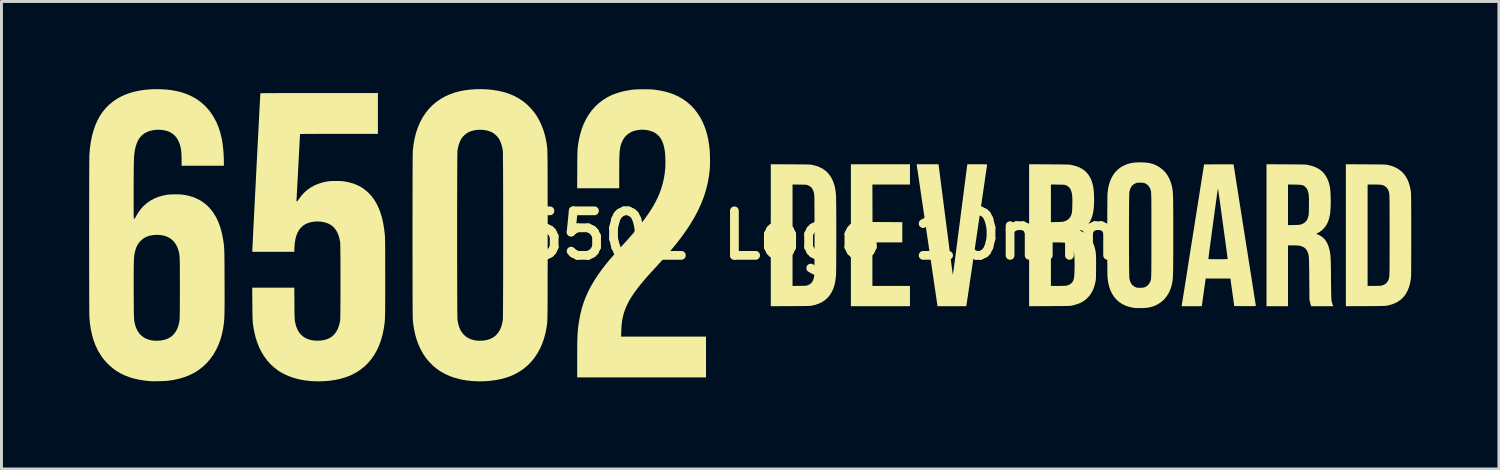
<source format=kicad_pcb>
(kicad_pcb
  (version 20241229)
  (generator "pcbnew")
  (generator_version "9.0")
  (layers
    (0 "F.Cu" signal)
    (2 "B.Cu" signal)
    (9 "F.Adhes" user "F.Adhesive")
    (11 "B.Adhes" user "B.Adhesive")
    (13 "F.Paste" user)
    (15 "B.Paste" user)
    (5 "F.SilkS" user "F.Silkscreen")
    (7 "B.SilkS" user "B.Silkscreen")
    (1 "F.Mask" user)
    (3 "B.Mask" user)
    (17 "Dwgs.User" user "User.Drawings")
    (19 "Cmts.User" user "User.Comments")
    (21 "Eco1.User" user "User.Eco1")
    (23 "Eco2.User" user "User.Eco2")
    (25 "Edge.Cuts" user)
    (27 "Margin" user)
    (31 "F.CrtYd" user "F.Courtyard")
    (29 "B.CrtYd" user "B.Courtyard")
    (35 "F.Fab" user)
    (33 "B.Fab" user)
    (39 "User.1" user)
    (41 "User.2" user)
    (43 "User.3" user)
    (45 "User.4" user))
  (footprint "6502 Logo 10mm"
    (layer "F.Cu")
    (at 24.986 5)
    (property "Reference" "6502 Logo 10mm" (at 0 0 0) (layer "F.SilkS") (effects (font (size 1.524 1.524) (thickness 0.3))))
    (attr through_hole)
    (fp_poly (pts (xy 3.105 -2.081) (xy 3.105 -1.735) (xy 2.462 -1.735) (xy 1.819 -1.735) (xy 1.821 -1.094) (xy 1.823 -0.453) (xy 2.333 -0.45) (xy 2.843 -0.448) (xy 2.843 -0.101) (xy 2.843 0.245) (xy 2.331 0.245) (xy 1.819 0.245) (xy 1.819 0.99) (xy 1.819 1.735) (xy 2.462 1.735) (xy 3.105 1.735) (xy 3.105 2.081) (xy 3.105 2.428) (xy 2.094 2.428) (xy 1.083 2.428) (xy 1.083 0) (xy 1.083 -2.428) (xy 2.094 -2.428) (xy 3.105 -2.428)) (stroke (width 0) (type solid)) (fill yes) (layer "F.SilkS"))
    (fp_poly (pts (xy 4.322 -0.565) (xy 4.345 -0.389) (xy 4.367 -0.217) (xy 4.389 -0.051) (xy 4.409 0.11) (xy 4.429 0.264) (xy 4.448 0.41) (xy 4.466 0.549) (xy 4.483 0.678) (xy 4.498 0.798) (xy 4.512 0.907) (xy 4.525 1.006) (xy 4.536 1.092) (xy 4.546 1.165) (xy 4.554 1.225) (xy 4.56 1.271) (xy 4.564 1.302) (xy 4.566 1.317) (xy 4.566 1.318) (xy 4.572 1.333) (xy 4.577 1.337) (xy 4.578 1.329) (xy 4.582 1.304) (xy 4.587 1.265) (xy 4.595 1.211) (xy 4.604 1.143) (xy 4.615 1.062) (xy 4.627 0.969) (xy 4.641 0.864) (xy 4.656 0.749) (xy 4.673 0.623) (xy 4.69 0.489) (xy 4.709 0.345) (xy 4.729 0.195) (xy 4.749 0.037) (xy 4.77 -0.127) (xy 4.792 -0.297) (xy 4.815 -0.471) (xy 4.822 -0.527) (xy 4.844 -0.703) (xy 4.866 -0.874) (xy 4.888 -1.041) (xy 4.909 -1.201) (xy 4.929 -1.355) (xy 4.947 -1.502) (xy 4.965 -1.64) (xy 4.982 -1.77) (xy 4.998 -1.89) (xy 5.012 -1.999) (xy 5.025 -2.097) (xy 5.036 -2.183) (xy 5.045 -2.257) (xy 5.053 -2.317) (xy 5.059 -2.362) (xy 5.063 -2.393) (xy 5.065 -2.408) (xy 5.066 -2.409) (xy 5.07 -2.428) (xy 5.408 -2.428) (xy 5.493 -2.428) (xy 5.564 -2.428) (xy 5.62 -2.428) (xy 5.663 -2.427) (xy 5.696 -2.426) (xy 5.719 -2.424) (xy 5.734 -2.422) (xy 5.742 -2.42) (xy 5.745 -2.417) (xy 5.745 -2.416) (xy 5.744 -2.407) (xy 5.74 -2.382) (xy 5.734 -2.342) (xy 5.727 -2.287) (xy 5.717 -2.219) (xy 5.705 -2.138) (xy 5.691 -2.046) (xy 5.676 -1.942) (xy 5.66 -1.828) (xy 5.642 -1.705) (xy 5.622 -1.573) (xy 5.602 -1.433) (xy 5.58 -1.286) (xy 5.558 -1.133) (xy 5.534 -0.974) (xy 5.511 -0.811) (xy 5.486 -0.644) (xy 5.461 -0.474) (xy 5.436 -0.302) (xy 5.41 -0.128) (xy 5.385 0.046) (xy 5.359 0.22) (xy 5.334 0.392) (xy 5.309 0.563) (xy 5.284 0.732) (xy 5.26 0.896) (xy 5.236 1.057) (xy 5.213 1.212) (xy 5.191 1.362) (xy 5.17 1.504) (xy 5.15 1.64) (xy 5.132 1.766) (xy 5.114 1.884) (xy 5.098 1.992) (xy 5.084 2.089) (xy 5.071 2.174) (xy 5.061 2.247) (xy 5.052 2.307) (xy 5.045 2.353) (xy 5.04 2.384) (xy 5.038 2.4) (xy 5.037 2.401) (xy 5.032 2.428) (xy 4.54 2.428) (xy 4.048 2.428) (xy 3.694 0.019) (xy 3.665 -0.181) (xy 3.636 -0.377) (xy 3.608 -0.567) (xy 3.581 -0.753) (xy 3.555 -0.931) (xy 3.529 -1.103) (xy 3.505 -1.268) (xy 3.482 -1.424) (xy 3.46 -1.571) (xy 3.44 -1.709) (xy 3.421 -1.836) (xy 3.404 -1.952) (xy 3.389 -2.057) (xy 3.375 -2.149) (xy 3.363 -2.229) (xy 3.353 -2.295) (xy 3.346 -2.346) (xy 3.34 -2.383) (xy 3.337 -2.404) (xy 3.336 -2.409) (xy 3.332 -2.428) (xy 3.707 -2.428) (xy 4.083 -2.428)) (stroke (width 0) (type solid)) (fill yes) (layer "F.SilkS"))
    (fp_poly (pts (xy -0.992 -2.426) (xy -0.869 -2.426) (xy -0.761 -2.425) (xy -0.667 -2.425) (xy -0.587 -2.424) (xy -0.519 -2.423) (xy -0.462 -2.422) (xy -0.414 -2.421) (xy -0.374 -2.42) (xy -0.342 -2.419) (xy -0.315 -2.417) (xy -0.292 -2.415) (xy -0.274 -2.413) (xy -0.257 -2.41) (xy -0.245 -2.408) (xy -0.113 -2.376) (xy 0.007 -2.332) (xy 0.116 -2.276) (xy 0.212 -2.208) (xy 0.297 -2.128) (xy 0.371 -2.036) (xy 0.431 -1.937) (xy 0.476 -1.839) (xy 0.513 -1.735) (xy 0.541 -1.623) (xy 0.561 -1.499) (xy 0.574 -1.363) (xy 0.575 -1.341) (xy 0.576 -1.312) (xy 0.577 -1.267) (xy 0.578 -1.208) (xy 0.579 -1.136) (xy 0.58 -1.052) (xy 0.581 -0.957) (xy 0.582 -0.852) (xy 0.582 -0.74) (xy 0.583 -0.62) (xy 0.583 -0.495) (xy 0.583 -0.364) (xy 0.583 -0.231) (xy 0.584 -0.096) (xy 0.584 0.041) (xy 0.583 0.177) (xy 0.583 0.311) (xy 0.583 0.443) (xy 0.583 0.57) (xy 0.582 0.693) (xy 0.582 0.809) (xy 0.581 0.917) (xy 0.581 1.016) (xy 0.58 1.105) (xy 0.579 1.182) (xy 0.578 1.247) (xy 0.577 1.298) (xy 0.576 1.334) (xy 0.575 1.345) (xy 0.563 1.484) (xy 0.543 1.61) (xy 0.516 1.725) (xy 0.48 1.831) (xy 0.435 1.93) (xy 0.431 1.937) (xy 0.368 2.041) (xy 0.294 2.132) (xy 0.208 2.212) (xy 0.111 2.279) (xy 0.002 2.334) (xy -0.119 2.378) (xy -0.245 2.408) (xy -0.261 2.411) (xy -0.279 2.413) (xy -0.298 2.416) (xy -0.322 2.418) (xy -0.35 2.419) (xy -0.385 2.421) (xy -0.427 2.422) (xy -0.477 2.423) (xy -0.538 2.423) (xy -0.609 2.424) (xy -0.693 2.425) (xy -0.79 2.425) (xy -0.902 2.426) (xy -0.992 2.426) (xy -1.658 2.429) (xy -1.658 0) (xy -1.658 -1.736) (xy -0.914 -1.736) (xy -0.914 0) (xy -0.914 1.736) (xy -0.675 1.733) (xy -0.604 1.732) (xy -0.549 1.731) (xy -0.505 1.73) (xy -0.472 1.728) (xy -0.447 1.726) (xy -0.428 1.723) (xy -0.412 1.719) (xy -0.397 1.714) (xy -0.387 1.71) (xy -0.325 1.679) (xy -0.274 1.638) (xy -0.233 1.586) (xy -0.203 1.522) (xy -0.181 1.446) (xy -0.169 1.367) (xy -0.168 1.348) (xy -0.167 1.314) (xy -0.166 1.265) (xy -0.165 1.202) (xy -0.165 1.127) (xy -0.164 1.041) (xy -0.163 0.945) (xy -0.163 0.84) (xy -0.162 0.728) (xy -0.162 0.609) (xy -0.162 0.484) (xy -0.161 0.356) (xy -0.161 0.224) (xy -0.161 0.09) (xy -0.161 -0.044) (xy -0.161 -0.179) (xy -0.161 -0.311) (xy -0.161 -0.441) (xy -0.162 -0.567) (xy -0.162 -0.688) (xy -0.163 -0.803) (xy -0.163 -0.911) (xy -0.164 -1.01) (xy -0.164 -1.099) (xy -0.165 -1.178) (xy -0.166 -1.245) (xy -0.167 -1.299) (xy -0.168 -1.338) (xy -0.169 -1.362) (xy -0.169 -1.367) (xy -0.183 -1.456) (xy -0.206 -1.531) (xy -0.238 -1.593) (xy -0.279 -1.643) (xy -0.332 -1.683) (xy -0.387 -1.71) (xy -0.402 -1.716) (xy -0.417 -1.721) (xy -0.434 -1.724) (xy -0.455 -1.727) (xy -0.483 -1.729) (xy -0.519 -1.73) (xy -0.567 -1.731) (xy -0.628 -1.732) (xy -0.675 -1.733) (xy -0.914 -1.736) (xy -1.658 -1.736) (xy -1.658 -2.429)) (stroke (width 0) (type solid)) (fill yes) (layer "F.SilkS"))
    (fp_poly (pts (xy 18.697 -2.426) (xy 18.82 -2.425) (xy 18.927 -2.425) (xy 19.02 -2.424) (xy 19.1 -2.424) (xy 19.168 -2.423) (xy 19.225 -2.422) (xy 19.272 -2.421) (xy 19.311 -2.42) (xy 19.343 -2.419) (xy 19.37 -2.417) (xy 19.391 -2.415) (xy 19.41 -2.413) (xy 19.426 -2.411) (xy 19.441 -2.408) (xy 19.453 -2.405) (xy 19.531 -2.387) (xy 19.597 -2.368) (xy 19.657 -2.346) (xy 19.717 -2.32) (xy 19.728 -2.314) (xy 19.83 -2.256) (xy 19.921 -2.187) (xy 20.001 -2.107) (xy 20.07 -2.015) (xy 20.129 -1.91) (xy 20.177 -1.793) (xy 20.215 -1.663) (xy 20.243 -1.519) (xy 20.249 -1.481) (xy 20.25 -1.466) (xy 20.252 -1.446) (xy 20.253 -1.419) (xy 20.254 -1.384) (xy 20.255 -1.341) (xy 20.256 -1.289) (xy 20.257 -1.227) (xy 20.257 -1.155) (xy 20.258 -1.073) (xy 20.259 -0.978) (xy 20.259 -0.871) (xy 20.259 -0.751) (xy 20.26 -0.618) (xy 20.26 -0.47) (xy 20.26 -0.307) (xy 20.26 -0.128) (xy 20.26 0) (xy 20.26 0.19) (xy 20.26 0.363) (xy 20.26 0.521) (xy 20.259 0.664) (xy 20.259 0.793) (xy 20.259 0.909) (xy 20.258 1.011) (xy 20.258 1.102) (xy 20.257 1.181) (xy 20.257 1.249) (xy 20.256 1.307) (xy 20.255 1.356) (xy 20.254 1.397) (xy 20.253 1.429) (xy 20.251 1.454) (xy 20.25 1.472) (xy 20.249 1.481) (xy 20.223 1.627) (xy 20.188 1.76) (xy 20.143 1.879) (xy 20.088 1.986) (xy 20.023 2.081) (xy 19.947 2.164) (xy 19.871 2.227) (xy 19.789 2.282) (xy 19.7 2.327) (xy 19.602 2.365) (xy 19.491 2.396) (xy 19.453 2.405) (xy 19.438 2.408) (xy 19.422 2.411) (xy 19.406 2.414) (xy 19.387 2.416) (xy 19.364 2.417) (xy 19.337 2.419) (xy 19.303 2.42) (xy 19.262 2.421) (xy 19.213 2.422) (xy 19.153 2.423) (xy 19.083 2.424) (xy 19 2.424) (xy 18.904 2.425) (xy 18.793 2.426) (xy 18.697 2.426) (xy 18.022 2.429) (xy 18.022 0) (xy 18.022 -1.735) (xy 18.767 -1.735) (xy 18.767 0) (xy 18.767 1.735) (xy 18.985 1.735) (xy 19.058 1.734) (xy 19.117 1.733) (xy 19.164 1.732) (xy 19.2 1.73) (xy 19.227 1.727) (xy 19.249 1.722) (xy 19.253 1.721) (xy 19.326 1.695) (xy 19.387 1.658) (xy 19.435 1.609) (xy 19.472 1.548) (xy 19.483 1.52) (xy 19.488 1.507) (xy 19.492 1.494) (xy 19.496 1.481) (xy 19.499 1.466) (xy 19.502 1.45) (xy 19.505 1.431) (xy 19.508 1.408) (xy 19.51 1.381) (xy 19.512 1.349) (xy 19.513 1.311) (xy 19.515 1.265) (xy 19.516 1.212) (xy 19.517 1.151) (xy 19.518 1.081) (xy 19.518 1) (xy 19.519 0.908) (xy 19.519 0.805) (xy 19.519 0.689) (xy 19.519 0.56) (xy 19.52 0.417) (xy 19.52 0.259) (xy 19.52 0.085) (xy 19.52 0) (xy 19.52 -0.181) (xy 19.52 -0.347) (xy 19.519 -0.497) (xy 19.519 -0.632) (xy 19.519 -0.754) (xy 19.519 -0.863) (xy 19.518 -0.959) (xy 19.518 -1.045) (xy 19.517 -1.12) (xy 19.516 -1.185) (xy 19.515 -1.242) (xy 19.514 -1.291) (xy 19.512 -1.332) (xy 19.511 -1.367) (xy 19.509 -1.397) (xy 19.506 -1.421) (xy 19.504 -1.442) (xy 19.501 -1.459) (xy 19.497 -1.474) (xy 19.494 -1.488) (xy 19.49 -1.501) (xy 19.485 -1.514) (xy 19.483 -1.52) (xy 19.453 -1.581) (xy 19.412 -1.634) (xy 19.363 -1.676) (xy 19.338 -1.691) (xy 19.311 -1.704) (xy 19.284 -1.714) (xy 19.255 -1.721) (xy 19.221 -1.727) (xy 19.18 -1.731) (xy 19.129 -1.733) (xy 19.065 -1.734) (xy 18.988 -1.735) (xy 18.985 -1.735) (xy 18.767 -1.735) (xy 18.022 -1.735) (xy 18.022 -2.429)) (stroke (width 0) (type solid)) (fill yes) (layer "F.SilkS"))
    (fp_poly (pts (xy 15.972 -2.426) (xy 16.097 -2.425) (xy 16.206 -2.425) (xy 16.3 -2.424) (xy 16.381 -2.423) (xy 16.45 -2.422) (xy 16.508 -2.421) (xy 16.556 -2.42) (xy 16.596 -2.419) (xy 16.628 -2.417) (xy 16.655 -2.416) (xy 16.676 -2.414) (xy 16.694 -2.411) (xy 16.709 -2.409) (xy 16.711 -2.408) (xy 16.842 -2.377) (xy 16.96 -2.337) (xy 17.064 -2.287) (xy 17.156 -2.228) (xy 17.236 -2.159) (xy 17.304 -2.078) (xy 17.362 -1.986) (xy 17.41 -1.882) (xy 17.428 -1.832) (xy 17.447 -1.773) (xy 17.462 -1.714) (xy 17.475 -1.653) (xy 17.484 -1.588) (xy 17.492 -1.515) (xy 17.497 -1.433) (xy 17.501 -1.337) (xy 17.503 -1.273) (xy 17.505 -1.122) (xy 17.502 -0.986) (xy 17.495 -0.864) (xy 17.484 -0.753) (xy 17.467 -0.654) (xy 17.446 -0.564) (xy 17.419 -0.482) (xy 17.387 -0.407) (xy 17.36 -0.357) (xy 17.313 -0.286) (xy 17.253 -0.218) (xy 17.187 -0.157) (xy 17.116 -0.107) (xy 17.058 -0.075) (xy 17.029 -0.061) (xy 17.017 -0.05) (xy 17.02 -0.041) (xy 17.034 -0.036) (xy 17.05 -0.03) (xy 17.076 -0.018) (xy 17.109 -0.003) (xy 17.129 0.007) (xy 17.209 0.056) (xy 17.279 0.119) (xy 17.34 0.196) (xy 17.391 0.287) (xy 17.433 0.392) (xy 17.465 0.51) (xy 17.468 0.523) (xy 17.474 0.556) (xy 17.48 0.588) (xy 17.485 0.621) (xy 17.49 0.655) (xy 17.494 0.692) (xy 17.497 0.733) (xy 17.5 0.78) (xy 17.503 0.833) (xy 17.505 0.894) (xy 17.507 0.964) (xy 17.509 1.045) (xy 17.51 1.138) (xy 17.512 1.244) (xy 17.513 1.365) (xy 17.514 1.493) (xy 17.515 1.622) (xy 17.517 1.735) (xy 17.518 1.834) (xy 17.519 1.92) (xy 17.52 1.993) (xy 17.522 2.056) (xy 17.524 2.109) (xy 17.526 2.154) (xy 17.529 2.192) (xy 17.532 2.223) (xy 17.535 2.251) (xy 17.54 2.275) (xy 17.545 2.296) (xy 17.551 2.317) (xy 17.557 2.338) (xy 17.565 2.361) (xy 17.568 2.368) (xy 17.589 2.428) (xy 17.213 2.428) (xy 16.837 2.428) (xy 16.828 2.405) (xy 16.822 2.387) (xy 16.814 2.358) (xy 16.804 2.321) (xy 16.797 2.293) (xy 16.776 2.204) (xy 16.77 1.489) (xy 16.769 1.357) (xy 16.768 1.24) (xy 16.766 1.139) (xy 16.765 1.05) (xy 16.764 0.974) (xy 16.762 0.908) (xy 16.761 0.853) (xy 16.759 0.806) (xy 16.756 0.766) (xy 16.753 0.733) (xy 16.75 0.704) (xy 16.746 0.68) (xy 16.741 0.658) (xy 16.736 0.638) (xy 16.73 0.618) (xy 16.723 0.597) (xy 16.723 0.597) (xy 16.692 0.526) (xy 16.649 0.467) (xy 16.595 0.421) (xy 16.529 0.386) (xy 16.451 0.363) (xy 16.434 0.359) (xy 16.396 0.354) (xy 16.345 0.351) (xy 16.282 0.348) (xy 16.212 0.347) (xy 16.205 0.347) (xy 16.042 0.347) (xy 16.042 1.388) (xy 16.042 2.428) (xy 15.674 2.428) (xy 15.306 2.428) (xy 15.306 -0.000468) (xy 15.306 -1.736) (xy 16.042 -1.736) (xy 16.042 -1.04) (xy 16.042 -0.345) (xy 16.239 -0.349) (xy 16.305 -0.351) (xy 16.357 -0.352) (xy 16.397 -0.355) (xy 16.428 -0.357) (xy 16.453 -0.361) (xy 16.474 -0.366) (xy 16.488 -0.37) (xy 16.555 -0.397) (xy 16.609 -0.431) (xy 16.649 -0.468) (xy 16.681 -0.507) (xy 16.705 -0.549) (xy 16.725 -0.6) (xy 16.738 -0.642) (xy 16.742 -0.661) (xy 16.746 -0.681) (xy 16.75 -0.704) (xy 16.752 -0.731) (xy 16.754 -0.766) (xy 16.756 -0.809) (xy 16.757 -0.864) (xy 16.758 -0.932) (xy 16.759 -0.991) (xy 16.76 -1.092) (xy 16.76 -1.178) (xy 16.759 -1.25) (xy 16.756 -1.312) (xy 16.752 -1.364) (xy 16.747 -1.408) (xy 16.74 -1.448) (xy 16.73 -1.483) (xy 16.723 -1.507) (xy 16.704 -1.557) (xy 16.683 -1.596) (xy 16.659 -1.628) (xy 16.629 -1.658) (xy 16.605 -1.677) (xy 16.583 -1.693) (xy 16.56 -1.705) (xy 16.533 -1.715) (xy 16.5 -1.721) (xy 16.46 -1.726) (xy 16.409 -1.729) (xy 16.346 -1.731) (xy 16.268 -1.733) (xy 16.268 -1.733) (xy 16.042 -1.736) (xy 15.306 -1.736) (xy 15.306 -2.429)) (stroke (width 0) (type solid)) (fill yes) (layer "F.SilkS"))
    (fp_poly (pts (xy 7.862 -2.426) (xy 7.988 -2.425) (xy 8.098 -2.425) (xy 8.194 -2.424) (xy 8.276 -2.423) (xy 8.346 -2.422) (xy 8.405 -2.421) (xy 8.454 -2.42) (xy 8.494 -2.419) (xy 8.527 -2.418) (xy 8.554 -2.416) (xy 8.576 -2.414) (xy 8.594 -2.412) (xy 8.61 -2.409) (xy 8.613 -2.408) (xy 8.745 -2.377) (xy 8.863 -2.337) (xy 8.967 -2.287) (xy 9.059 -2.228) (xy 9.138 -2.159) (xy 9.207 -2.078) (xy 9.265 -1.986) (xy 9.313 -1.882) (xy 9.331 -1.832) (xy 9.351 -1.766) (xy 9.368 -1.701) (xy 9.381 -1.632) (xy 9.391 -1.556) (xy 9.398 -1.471) (xy 9.403 -1.374) (xy 9.405 -1.32) (xy 9.407 -1.158) (xy 9.402 -1.01) (xy 9.389 -0.876) (xy 9.37 -0.755) (xy 9.342 -0.647) (xy 9.306 -0.549) (xy 9.263 -0.463) (xy 9.211 -0.385) (xy 9.153 -0.32) (xy 9.118 -0.288) (xy 9.075 -0.254) (xy 9.03 -0.222) (xy 8.988 -0.196) (xy 8.953 -0.178) (xy 8.935 -0.169) (xy 8.928 -0.16) (xy 8.928 -0.159) (xy 8.937 -0.152) (xy 8.957 -0.141) (xy 8.978 -0.132) (xy 9.074 -0.084) (xy 9.161 -0.022) (xy 9.238 0.053) (xy 9.305 0.141) (xy 9.362 0.241) (xy 9.407 0.352) (xy 9.43 0.429) (xy 9.44 0.471) (xy 9.449 0.51) (xy 9.457 0.549) (xy 9.462 0.59) (xy 9.467 0.634) (xy 9.471 0.683) (xy 9.473 0.739) (xy 9.474 0.804) (xy 9.475 0.879) (xy 9.475 0.968) (xy 9.475 1.07) (xy 9.474 1.107) (xy 9.474 1.201) (xy 9.473 1.28) (xy 9.472 1.345) (xy 9.471 1.399) (xy 9.47 1.443) (xy 9.468 1.479) (xy 9.466 1.509) (xy 9.464 1.534) (xy 9.461 1.556) (xy 9.457 1.577) (xy 9.453 1.599) (xy 9.452 1.602) (xy 9.42 1.73) (xy 9.38 1.845) (xy 9.33 1.948) (xy 9.27 2.041) (xy 9.199 2.125) (xy 9.169 2.155) (xy 9.098 2.217) (xy 9.022 2.27) (xy 8.939 2.315) (xy 8.847 2.352) (xy 8.743 2.384) (xy 8.656 2.405) (xy 8.641 2.408) (xy 8.625 2.411) (xy 8.609 2.414) (xy 8.59 2.416) (xy 8.568 2.417) (xy 8.54 2.419) (xy 8.507 2.42) (xy 8.466 2.421) (xy 8.417 2.422) (xy 8.357 2.423) (xy 8.287 2.424) (xy 8.205 2.424) (xy 8.11 2.425) (xy 8 2.425) (xy 7.879 2.426) (xy 7.183 2.429) (xy 7.183 0.245) (xy 7.928 0.245) (xy 7.928 0.99) (xy 7.928 1.735) (xy 8.174 1.735) (xy 8.252 1.734) (xy 8.315 1.734) (xy 8.366 1.732) (xy 8.406 1.73) (xy 8.437 1.728) (xy 8.462 1.724) (xy 8.478 1.721) (xy 8.532 1.704) (xy 8.583 1.677) (xy 8.627 1.645) (xy 8.657 1.611) (xy 8.676 1.583) (xy 8.691 1.554) (xy 8.703 1.522) (xy 8.713 1.487) (xy 8.721 1.445) (xy 8.727 1.394) (xy 8.731 1.334) (xy 8.734 1.262) (xy 8.737 1.175) (xy 8.738 1.13) (xy 8.739 0.999) (xy 8.738 0.884) (xy 8.735 0.784) (xy 8.729 0.697) (xy 8.721 0.621) (xy 8.709 0.556) (xy 8.695 0.5) (xy 8.677 0.453) (xy 8.655 0.412) (xy 8.629 0.377) (xy 8.603 0.351) (xy 8.571 0.323) (xy 8.538 0.301) (xy 8.502 0.283) (xy 8.46 0.269) (xy 8.411 0.259) (xy 8.353 0.252) (xy 8.283 0.248) (xy 8.2 0.246) (xy 8.142 0.246) (xy 7.928 0.245) (xy 7.183 0.245) (xy 7.183 -0.00001) (xy 7.183 -1.736) (xy 7.928 -1.736) (xy 7.928 -1.091) (xy 7.928 -0.446) (xy 8.125 -0.451) (xy 8.201 -0.453) (xy 8.263 -0.456) (xy 8.31 -0.46) (xy 8.346 -0.464) (xy 8.371 -0.469) (xy 8.448 -0.497) (xy 8.513 -0.537) (xy 8.565 -0.588) (xy 8.606 -0.651) (xy 8.636 -0.727) (xy 8.644 -0.76) (xy 8.649 -0.79) (xy 8.653 -0.833) (xy 8.656 -0.887) (xy 8.659 -0.95) (xy 8.661 -1.018) (xy 8.663 -1.088) (xy 8.663 -1.157) (xy 8.663 -1.222) (xy 8.661 -1.281) (xy 8.659 -1.331) (xy 8.656 -1.361) (xy 8.646 -1.427) (xy 8.63 -1.49) (xy 8.611 -1.547) (xy 8.59 -1.592) (xy 8.588 -1.595) (xy 8.557 -1.633) (xy 8.516 -1.669) (xy 8.471 -1.699) (xy 8.445 -1.711) (xy 8.43 -1.716) (xy 8.415 -1.721) (xy 8.397 -1.724) (xy 8.375 -1.727) (xy 8.346 -1.729) (xy 8.308 -1.73) (xy 8.258 -1.731) (xy 8.195 -1.732) (xy 8.163 -1.733) (xy 7.928 -1.736) (xy 7.183 -1.736) (xy 7.183 -2.429)) (stroke (width 0) (type solid)) (fill yes) (layer "F.SilkS"))
    (fp_poly (pts (xy 13.953 -2.427) (xy 14.017 -2.427) (xy 14.068 -2.426) (xy 14.108 -2.425) (xy 14.138 -2.424) (xy 14.16 -2.423) (xy 14.173 -2.421) (xy 14.179 -2.419) (xy 14.181 -2.417) (xy 14.182 -2.408) (xy 14.186 -2.383) (xy 14.192 -2.342) (xy 14.201 -2.287) (xy 14.212 -2.217) (xy 14.225 -2.135) (xy 14.24 -2.039) (xy 14.256 -1.932) (xy 14.275 -1.813) (xy 14.296 -1.683) (xy 14.318 -1.543) (xy 14.341 -1.394) (xy 14.366 -1.236) (xy 14.392 -1.07) (xy 14.42 -0.896) (xy 14.448 -0.716) (xy 14.478 -0.529) (xy 14.508 -0.338) (xy 14.539 -0.141) (xy 14.561 0) (xy 14.593 0.2) (xy 14.624 0.395) (xy 14.654 0.585) (xy 14.683 0.77) (xy 14.711 0.948) (xy 14.738 1.119) (xy 14.764 1.283) (xy 14.789 1.439) (xy 14.812 1.585) (xy 14.833 1.722) (xy 14.853 1.849) (xy 14.872 1.965) (xy 14.888 2.069) (xy 14.902 2.16) (xy 14.915 2.239) (xy 14.925 2.305) (xy 14.933 2.356) (xy 14.938 2.392) (xy 14.942 2.413) (xy 14.942 2.417) (xy 14.94 2.42) (xy 14.931 2.422) (xy 14.914 2.424) (xy 14.889 2.425) (xy 14.854 2.426) (xy 14.807 2.427) (xy 14.747 2.427) (xy 14.674 2.427) (xy 14.585 2.426) (xy 14.573 2.426) (xy 14.203 2.424) (xy 14.137 1.954) (xy 14.125 1.867) (xy 14.113 1.786) (xy 14.103 1.71) (xy 14.093 1.643) (xy 14.085 1.586) (xy 14.079 1.54) (xy 14.074 1.506) (xy 14.072 1.487) (xy 14.071 1.483) (xy 14.063 1.482) (xy 14.039 1.482) (xy 14.002 1.482) (xy 13.952 1.481) (xy 13.893 1.481) (xy 13.824 1.481) (xy 13.748 1.481) (xy 13.666 1.481) (xy 13.649 1.481) (xy 13.226 1.481) (xy 13.222 1.508) (xy 13.219 1.522) (xy 13.215 1.55) (xy 13.209 1.592) (xy 13.202 1.646) (xy 13.193 1.71) (xy 13.182 1.781) (xy 13.171 1.86) (xy 13.16 1.943) (xy 13.157 1.963) (xy 13.145 2.047) (xy 13.134 2.126) (xy 13.124 2.198) (xy 13.115 2.263) (xy 13.107 2.318) (xy 13.101 2.361) (xy 13.096 2.392) (xy 13.093 2.408) (xy 13.093 2.409) (xy 13.089 2.428) (xy 12.746 2.428) (xy 12.403 2.428) (xy 12.408 2.392) (xy 12.41 2.381) (xy 12.414 2.354) (xy 12.421 2.311) (xy 12.43 2.254) (xy 12.441 2.182) (xy 12.455 2.098) (xy 12.47 2) (xy 12.488 1.891) (xy 12.507 1.77) (xy 12.527 1.639) (xy 12.55 1.498) (xy 12.574 1.347) (xy 12.599 1.188) (xy 12.625 1.021) (xy 12.653 0.846) (xy 12.659 0.806) (xy 13.317 0.806) (xy 13.318 0.81) (xy 13.322 0.813) (xy 13.33 0.815) (xy 13.344 0.817) (xy 13.366 0.818) (xy 13.396 0.819) (xy 13.437 0.82) (xy 13.49 0.82) (xy 13.557 0.821) (xy 13.639 0.821) (xy 13.648 0.821) (xy 13.735 0.821) (xy 13.806 0.82) (xy 13.863 0.82) (xy 13.907 0.819) (xy 13.939 0.817) (xy 13.961 0.815) (xy 13.973 0.813) (xy 13.978 0.811) (xy 13.978 0.81) (xy 13.977 0.8) (xy 13.973 0.774) (xy 13.968 0.734) (xy 13.961 0.681) (xy 13.952 0.616) (xy 13.942 0.539) (xy 13.93 0.453) (xy 13.917 0.358) (xy 13.904 0.256) (xy 13.889 0.147) (xy 13.873 0.034) (xy 13.857 -0.084) (xy 13.841 -0.204) (xy 13.824 -0.327) (xy 13.807 -0.449) (xy 13.79 -0.572) (xy 13.774 -0.692) (xy 13.757 -0.809) (xy 13.742 -0.922) (xy 13.727 -1.03) (xy 13.713 -1.132) (xy 13.7 -1.226) (xy 13.688 -1.311) (xy 13.677 -1.386) (xy 13.668 -1.451) (xy 13.661 -1.503) (xy 13.655 -1.541) (xy 13.652 -1.565) (xy 13.65 -1.574) (xy 13.646 -1.581) (xy 13.64 -1.572) (xy 13.639 -1.57) (xy 13.637 -1.56) (xy 13.633 -1.534) (xy 13.627 -1.494) (xy 13.62 -1.441) (xy 13.61 -1.376) (xy 13.6 -1.299) (xy 13.588 -1.213) (xy 13.575 -1.119) (xy 13.561 -1.016) (xy 13.546 -0.908) (xy 13.531 -0.794) (xy 13.515 -0.677) (xy 13.498 -0.556) (xy 13.482 -0.434) (xy 13.465 -0.311) (xy 13.449 -0.19) (xy 13.433 -0.069) (xy 13.417 0.048) (xy 13.402 0.161) (xy 13.387 0.268) (xy 13.374 0.37) (xy 13.361 0.463) (xy 13.35 0.548) (xy 13.34 0.623) (xy 13.332 0.686) (xy 13.326 0.738) (xy 13.321 0.775) (xy 13.318 0.799) (xy 13.317 0.806) (xy 12.659 0.806) (xy 12.681 0.665) (xy 12.711 0.478) (xy 12.741 0.286) (xy 12.773 0.09) (xy 12.792 -0.034) (xy 13.17 -2.424) (xy 13.676 -2.426) (xy 13.783 -2.427) (xy 13.875 -2.427)) (stroke (width 0) (type solid)) (fill yes) (layer "F.SilkS"))
    (fp_poly (pts (xy -5.88 -4.995) (xy -5.792 -4.992) (xy -5.713 -4.988) (xy -5.646 -4.982) (xy -5.635 -4.981) (xy -5.447 -4.952) (xy -5.27 -4.914) (xy -5.104 -4.866) (xy -4.971 -4.817) (xy -4.81 -4.743) (xy -4.659 -4.655) (xy -4.519 -4.554) (xy -4.389 -4.44) (xy -4.271 -4.314) (xy -4.164 -4.175) (xy -4.068 -4.025) (xy -3.984 -3.862) (xy -3.912 -3.688) (xy -3.877 -3.586) (xy -3.832 -3.427) (xy -3.795 -3.256) (xy -3.766 -3.072) (xy -3.752 -2.944) (xy -3.747 -2.879) (xy -3.743 -2.801) (xy -3.74 -2.714) (xy -3.738 -2.622) (xy -3.738 -2.53) (xy -3.739 -2.441) (xy -3.741 -2.358) (xy -3.744 -2.286) (xy -3.747 -2.246) (xy -3.776 -2.007) (xy -3.82 -1.772) (xy -3.878 -1.54) (xy -3.951 -1.31) (xy -4.04 -1.082) (xy -4.144 -0.854) (xy -4.263 -0.626) (xy -4.4 -0.397) (xy -4.493 -0.254) (xy -4.582 -0.124) (xy -4.674 0.006) (xy -4.77 0.135) (xy -4.872 0.266) (xy -4.981 0.4) (xy -5.097 0.539) (xy -5.222 0.684) (xy -5.358 0.837) (xy -5.505 0.998) (xy -5.563 1.062) (xy -5.639 1.144) (xy -5.705 1.216) (xy -5.762 1.278) (xy -5.813 1.334) (xy -5.857 1.383) (xy -5.897 1.428) (xy -5.935 1.471) (xy -5.971 1.513) (xy -6.007 1.556) (xy -6.044 1.599) (xy -6.161 1.743) (xy -6.266 1.879) (xy -6.358 2.008) (xy -6.439 2.131) (xy -6.509 2.25) (xy -6.569 2.366) (xy -6.62 2.479) (xy -6.663 2.593) (xy -6.692 2.686) (xy -6.714 2.769) (xy -6.732 2.849) (xy -6.747 2.93) (xy -6.757 3.015) (xy -6.766 3.107) (xy -6.771 3.21) (xy -6.774 3.281) (xy -6.78 3.469) (xy -5.328 3.469) (xy -3.875 3.469) (xy -3.875 4.167) (xy -3.875 4.865) (xy -6.079 4.865) (xy -8.283 4.865) (xy -8.283 4.214) (xy -8.283 4.065) (xy -8.283 3.931) (xy -8.282 3.811) (xy -8.281 3.704) (xy -8.279 3.607) (xy -8.276 3.52) (xy -8.273 3.44) (xy -8.269 3.368) (xy -8.265 3.3) (xy -8.259 3.235) (xy -8.253 3.173) (xy -8.245 3.11) (xy -8.236 3.047) (xy -8.226 2.981) (xy -8.223 2.961) (xy -8.182 2.738) (xy -8.131 2.525) (xy -8.069 2.321) (xy -7.994 2.122) (xy -7.907 1.926) (xy -7.805 1.732) (xy -7.689 1.536) (xy -7.628 1.443) (xy -7.563 1.346) (xy -7.497 1.252) (xy -7.429 1.159) (xy -7.358 1.066) (xy -7.282 0.97) (xy -7.2 0.871) (xy -7.112 0.766) (xy -7.015 0.655) (xy -6.909 0.537) (xy -6.792 0.408) (xy -6.735 0.346) (xy -6.56 0.155) (xy -6.4 -0.028) (xy -6.252 -0.203) (xy -6.116 -0.37) (xy -5.992 -0.532) (xy -5.88 -0.687) (xy -5.779 -0.838) (xy -5.688 -0.985) (xy -5.608 -1.129) (xy -5.537 -1.271) (xy -5.475 -1.412) (xy -5.422 -1.552) (xy -5.377 -1.693) (xy -5.34 -1.835) (xy -5.31 -1.979) (xy -5.287 -2.125) (xy -5.271 -2.276) (xy -5.271 -2.276) (xy -5.267 -2.332) (xy -5.265 -2.401) (xy -5.264 -2.477) (xy -5.265 -2.557) (xy -5.267 -2.638) (xy -5.27 -2.716) (xy -5.275 -2.787) (xy -5.28 -2.847) (xy -5.284 -2.876) (xy -5.306 -3.002) (xy -5.335 -3.113) (xy -5.371 -3.21) (xy -5.415 -3.296) (xy -5.467 -3.37) (xy -5.528 -3.434) (xy -5.598 -3.489) (xy -5.607 -3.494) (xy -5.688 -3.538) (xy -5.78 -3.572) (xy -5.88 -3.596) (xy -5.985 -3.609) (xy -6.094 -3.61) (xy -6.202 -3.601) (xy -6.307 -3.579) (xy -6.325 -3.574) (xy -6.425 -3.537) (xy -6.515 -3.486) (xy -6.595 -3.422) (xy -6.664 -3.346) (xy -6.721 -3.257) (xy -6.767 -3.156) (xy -6.777 -3.127) (xy -6.789 -3.089) (xy -6.8 -3.051) (xy -6.809 -3.012) (xy -6.817 -2.971) (xy -6.823 -2.926) (xy -6.829 -2.876) (xy -6.833 -2.82) (xy -6.837 -2.756) (xy -6.84 -2.683) (xy -6.842 -2.599) (xy -6.843 -2.503) (xy -6.844 -2.395) (xy -6.845 -2.272) (xy -6.845 -2.16) (xy -6.845 -1.608) (xy -7.565 -1.608) (xy -8.284 -1.608) (xy -8.281 -2.253) (xy -8.28 -2.381) (xy -8.28 -2.494) (xy -8.279 -2.593) (xy -8.278 -2.68) (xy -8.276 -2.756) (xy -8.275 -2.822) (xy -8.273 -2.88) (xy -8.27 -2.932) (xy -8.267 -2.979) (xy -8.263 -3.022) (xy -8.258 -3.063) (xy -8.252 -3.103) (xy -8.246 -3.145) (xy -8.238 -3.188) (xy -8.23 -3.236) (xy -8.228 -3.249) (xy -8.184 -3.446) (xy -8.128 -3.634) (xy -8.06 -3.81) (xy -7.98 -3.975) (xy -7.888 -4.129) (xy -7.784 -4.272) (xy -7.669 -4.402) (xy -7.542 -4.521) (xy -7.404 -4.626) (xy -7.261 -4.716) (xy -7.125 -4.785) (xy -6.976 -4.845) (xy -6.815 -4.897) (xy -6.645 -4.938) (xy -6.466 -4.97) (xy -6.388 -4.981) (xy -6.324 -4.987) (xy -6.247 -4.991) (xy -6.16 -4.994) (xy -6.067 -4.996) (xy -5.973 -4.996)) (stroke (width 0) (type solid)) (fill yes) (layer "F.SilkS"))
    (fp_poly (pts (xy 11.033 -2.493) (xy 11.139 -2.489) (xy 11.232 -2.48) (xy 11.315 -2.466) (xy 11.391 -2.446) (xy 11.465 -2.42) (xy 11.539 -2.388) (xy 11.541 -2.387) (xy 11.644 -2.328) (xy 11.74 -2.255) (xy 11.827 -2.171) (xy 11.88 -2.107) (xy 11.935 -2.024) (xy 11.984 -1.928) (xy 12.026 -1.823) (xy 12.06 -1.713) (xy 12.082 -1.613) (xy 12.087 -1.588) (xy 12.091 -1.561) (xy 12.094 -1.532) (xy 12.098 -1.5) (xy 12.1 -1.465) (xy 12.103 -1.426) (xy 12.105 -1.381) (xy 12.107 -1.33) (xy 12.109 -1.271) (xy 12.111 -1.205) (xy 12.112 -1.13) (xy 12.113 -1.046) (xy 12.114 -0.951) (xy 12.115 -0.845) (xy 12.115 -0.727) (xy 12.115 -0.595) (xy 12.116 -0.45) (xy 12.116 -0.29) (xy 12.116 -0.115) (xy 12.116 -0.004) (xy 12.116 0.182) (xy 12.116 0.352) (xy 12.116 0.506) (xy 12.115 0.647) (xy 12.115 0.774) (xy 12.114 0.888) (xy 12.113 0.99) (xy 12.112 1.081) (xy 12.111 1.162) (xy 12.11 1.234) (xy 12.108 1.298) (xy 12.106 1.353) (xy 12.104 1.402) (xy 12.102 1.445) (xy 12.099 1.483) (xy 12.096 1.517) (xy 12.093 1.547) (xy 12.089 1.575) (xy 12.085 1.601) (xy 12.082 1.614) (xy 12.05 1.752) (xy 12.006 1.88) (xy 11.949 1.998) (xy 11.88 2.104) (xy 11.8 2.199) (xy 11.709 2.281) (xy 11.608 2.351) (xy 11.541 2.387) (xy 11.475 2.416) (xy 11.408 2.44) (xy 11.332 2.461) (xy 11.287 2.471) (xy 11.242 2.479) (xy 11.184 2.485) (xy 11.116 2.49) (xy 11.044 2.493) (xy 10.969 2.494) (xy 10.898 2.493) (xy 10.832 2.491) (xy 10.777 2.487) (xy 10.751 2.483) (xy 10.614 2.454) (xy 10.488 2.411) (xy 10.373 2.356) (xy 10.269 2.289) (xy 10.177 2.209) (xy 10.097 2.117) (xy 10.028 2.013) (xy 9.97 1.896) (xy 9.925 1.768) (xy 9.891 1.628) (xy 9.869 1.476) (xy 9.866 1.435) (xy 9.865 1.411) (xy 9.863 1.371) (xy 9.862 1.315) (xy 9.861 1.244) (xy 9.861 1.158) (xy 9.86 1.057) (xy 9.859 0.944) (xy 9.858 0.817) (xy 9.858 0.678) (xy 9.858 0.527) (xy 9.857 0.365) (xy 9.857 0.192) (xy 9.857 0.008) (xy 9.857 0) (xy 9.857 -0.049) (xy 10.6 -0.049) (xy 10.6 0.09) (xy 10.6 0.229) (xy 10.601 0.366) (xy 10.601 0.5) (xy 10.601 0.63) (xy 10.602 0.755) (xy 10.603 0.873) (xy 10.604 0.984) (xy 10.605 1.087) (xy 10.606 1.181) (xy 10.607 1.263) (xy 10.608 1.334) (xy 10.61 1.392) (xy 10.611 1.437) (xy 10.613 1.466) (xy 10.614 1.477) (xy 10.633 1.557) (xy 10.658 1.623) (xy 10.691 1.676) (xy 10.731 1.72) (xy 10.782 1.756) (xy 10.802 1.767) (xy 10.835 1.782) (xy 10.866 1.792) (xy 10.902 1.797) (xy 10.946 1.799) (xy 10.999 1.799) (xy 11.049 1.797) (xy 11.086 1.793) (xy 11.116 1.787) (xy 11.144 1.778) (xy 11.145 1.778) (xy 11.2 1.748) (xy 11.251 1.706) (xy 11.293 1.654) (xy 11.313 1.619) (xy 11.32 1.606) (xy 11.326 1.593) (xy 11.331 1.581) (xy 11.337 1.569) (xy 11.341 1.557) (xy 11.345 1.542) (xy 11.349 1.525) (xy 11.352 1.505) (xy 11.355 1.481) (xy 11.357 1.452) (xy 11.36 1.417) (xy 11.361 1.376) (xy 11.363 1.328) (xy 11.364 1.272) (xy 11.365 1.207) (xy 11.366 1.133) (xy 11.366 1.048) (xy 11.367 0.953) (xy 11.367 0.845) (xy 11.367 0.725) (xy 11.367 0.592) (xy 11.367 0.444) (xy 11.367 0.282) (xy 11.367 0.104) (xy 11.367 0) (xy 11.367 -0.187) (xy 11.367 -0.358) (xy 11.367 -0.514) (xy 11.367 -0.654) (xy 11.367 -0.782) (xy 11.367 -0.896) (xy 11.367 -0.998) (xy 11.366 -1.088) (xy 11.366 -1.168) (xy 11.365 -1.238) (xy 11.364 -1.298) (xy 11.362 -1.351) (xy 11.361 -1.395) (xy 11.359 -1.433) (xy 11.356 -1.465) (xy 11.354 -1.492) (xy 11.351 -1.515) (xy 11.347 -1.533) (xy 11.343 -1.549) (xy 11.339 -1.563) (xy 11.334 -1.575) (xy 11.329 -1.587) (xy 11.323 -1.599) (xy 11.317 -1.612) (xy 11.313 -1.619) (xy 11.279 -1.674) (xy 11.233 -1.723) (xy 11.179 -1.762) (xy 11.145 -1.778) (xy 11.123 -1.786) (xy 11.101 -1.792) (xy 11.076 -1.795) (xy 11.043 -1.797) (xy 10.998 -1.798) (xy 10.982 -1.798) (xy 10.935 -1.798) (xy 10.901 -1.797) (xy 10.876 -1.794) (xy 10.856 -1.79) (xy 10.837 -1.783) (xy 10.82 -1.775) (xy 10.762 -1.743) (xy 10.715 -1.705) (xy 10.678 -1.658) (xy 10.649 -1.601) (xy 10.626 -1.531) (xy 10.614 -1.477) (xy 10.612 -1.459) (xy 10.611 -1.425) (xy 10.609 -1.377) (xy 10.608 -1.315) (xy 10.606 -1.24) (xy 10.605 -1.154) (xy 10.604 -1.058) (xy 10.603 -0.953) (xy 10.602 -0.839) (xy 10.602 -0.719) (xy 10.601 -0.592) (xy 10.601 -0.461) (xy 10.6 -0.326) (xy 10.6 -0.188) (xy 10.6 -0.049) (xy 9.857 -0.049) (xy 9.857 -0.184) (xy 9.857 -0.357) (xy 9.858 -0.52) (xy 9.858 -0.672) (xy 9.858 -0.811) (xy 9.859 -0.938) (xy 9.86 -1.053) (xy 9.861 -1.153) (xy 9.861 -1.24) (xy 9.862 -1.312) (xy 9.863 -1.369) (xy 9.864 -1.41) (xy 9.866 -1.434) (xy 9.866 -1.435) (xy 9.884 -1.588) (xy 9.915 -1.73) (xy 9.957 -1.861) (xy 10.011 -1.98) (xy 10.076 -2.088) (xy 10.153 -2.184) (xy 10.24 -2.267) (xy 10.339 -2.338) (xy 10.448 -2.395) (xy 10.464 -2.402) (xy 10.552 -2.436) (xy 10.641 -2.462) (xy 10.734 -2.48) (xy 10.834 -2.49) (xy 10.945 -2.494)) (stroke (width 0) (type solid)) (fill yes) (layer "F.SilkS"))
    (fp_poly (pts (xy -11.355 -4.991) (xy -11.163 -4.971) (xy -10.977 -4.941) (xy -10.8 -4.9) (xy -10.763 -4.89) (xy -10.588 -4.831) (xy -10.423 -4.759) (xy -10.268 -4.673) (xy -10.123 -4.575) (xy -9.989 -4.463) (xy -9.866 -4.34) (xy -9.754 -4.204) (xy -9.653 -4.057) (xy -9.565 -3.899) (xy -9.488 -3.729) (xy -9.423 -3.549) (xy -9.371 -3.358) (xy -9.332 -3.158) (xy -9.329 -3.139) (xy -9.326 -3.119) (xy -9.323 -3.099) (xy -9.32 -3.081) (xy -9.318 -3.063) (xy -9.315 -3.044) (xy -9.313 -3.024) (xy -9.311 -3.002) (xy -9.309 -2.978) (xy -9.307 -2.952) (xy -9.306 -2.922) (xy -9.304 -2.888) (xy -9.303 -2.85) (xy -9.302 -2.807) (xy -9.301 -2.758) (xy -9.3 -2.703) (xy -9.299 -2.642) (xy -9.298 -2.573) (xy -9.297 -2.496) (xy -9.297 -2.411) (xy -9.296 -2.317) (xy -9.296 -2.213) (xy -9.296 -2.1) (xy -9.295 -1.975) (xy -9.295 -1.84) (xy -9.295 -1.693) (xy -9.295 -1.533) (xy -9.295 -1.36) (xy -9.295 -1.174) (xy -9.294 -0.974) (xy -9.294 -0.759) (xy -9.294 -0.529) (xy -9.294 -0.284) (xy -9.294 -0.022) (xy -9.294 0) (xy -9.294 0.263) (xy -9.294 0.51) (xy -9.294 0.741) (xy -9.294 0.957) (xy -9.294 1.159) (xy -9.295 1.346) (xy -9.295 1.52) (xy -9.295 1.68) (xy -9.295 1.829) (xy -9.295 1.965) (xy -9.295 2.09) (xy -9.296 2.205) (xy -9.296 2.309) (xy -9.297 2.404) (xy -9.297 2.49) (xy -9.298 2.567) (xy -9.299 2.636) (xy -9.3 2.699) (xy -9.301 2.754) (xy -9.302 2.803) (xy -9.303 2.847) (xy -9.304 2.885) (xy -9.306 2.919) (xy -9.307 2.949) (xy -9.309 2.976) (xy -9.311 3) (xy -9.313 3.022) (xy -9.315 3.042) (xy -9.318 3.061) (xy -9.32 3.079) (xy -9.323 3.098) (xy -9.326 3.117) (xy -9.329 3.137) (xy -9.329 3.139) (xy -9.367 3.341) (xy -9.418 3.532) (xy -9.481 3.713) (xy -9.557 3.884) (xy -9.645 4.043) (xy -9.744 4.192) (xy -9.855 4.328) (xy -9.978 4.453) (xy -10.111 4.566) (xy -10.256 4.665) (xy -10.411 4.752) (xy -10.568 4.823) (xy -10.726 4.878) (xy -10.895 4.923) (xy -11.075 4.958) (xy -11.264 4.983) (xy -11.459 4.997) (xy -11.659 5) (xy -11.862 4.991) (xy -11.867 4.991) (xy -12.073 4.969) (xy -12.27 4.934) (xy -12.457 4.886) (xy -12.634 4.825) (xy -12.8 4.75) (xy -12.956 4.663) (xy -13.1 4.563) (xy -13.234 4.45) (xy -13.357 4.325) (xy -13.468 4.188) (xy -13.567 4.039) (xy -13.655 3.877) (xy -13.731 3.704) (xy -13.781 3.561) (xy -13.826 3.404) (xy -13.862 3.235) (xy -13.891 3.057) (xy -13.909 2.883) (xy -13.91 2.864) (xy -13.911 2.829) (xy -13.912 2.779) (xy -13.913 2.714) (xy -13.913 2.635) (xy -13.914 2.544) (xy -13.915 2.44) (xy -13.915 2.324) (xy -13.916 2.198) (xy -13.916 2.062) (xy -13.917 1.917) (xy -13.917 1.764) (xy -13.917 1.603) (xy -13.918 1.435) (xy -13.918 1.261) (xy -13.918 1.082) (xy -13.918 0.899) (xy -13.919 0.712) (xy -13.919 0.522) (xy -13.919 0.33) (xy -13.919 0.136) (xy -13.919 -0.01) (xy -12.392 -0.01) (xy -12.392 0.184) (xy -12.392 0.377) (xy -12.392 0.568) (xy -12.392 0.757) (xy -12.392 0.944) (xy -12.391 1.126) (xy -12.391 1.304) (xy -12.391 1.476) (xy -12.39 1.643) (xy -12.39 1.802) (xy -12.389 1.954) (xy -12.389 2.098) (xy -12.388 2.232) (xy -12.387 2.356) (xy -12.387 2.47) (xy -12.386 2.572) (xy -12.385 2.662) (xy -12.384 2.739) (xy -12.383 2.802) (xy -12.382 2.851) (xy -12.381 2.884) (xy -12.38 2.901) (xy -12.38 2.902) (xy -12.357 3.021) (xy -12.328 3.126) (xy -12.291 3.218) (xy -12.246 3.3) (xy -12.192 3.373) (xy -12.154 3.414) (xy -12.077 3.479) (xy -11.989 3.531) (xy -11.892 3.57) (xy -11.785 3.596) (xy -11.671 3.61) (xy -11.549 3.609) (xy -11.484 3.604) (xy -11.372 3.585) (xy -11.272 3.554) (xy -11.182 3.512) (xy -11.101 3.456) (xy -11.055 3.414) (xy -10.995 3.346) (xy -10.944 3.27) (xy -10.903 3.185) (xy -10.869 3.088) (xy -10.842 2.978) (xy -10.829 2.902) (xy -10.827 2.887) (xy -10.826 2.855) (xy -10.825 2.808) (xy -10.824 2.746) (xy -10.824 2.67) (xy -10.823 2.582) (xy -10.822 2.481) (xy -10.821 2.368) (xy -10.821 2.245) (xy -10.82 2.112) (xy -10.819 1.969) (xy -10.819 1.818) (xy -10.818 1.659) (xy -10.818 1.494) (xy -10.817 1.322) (xy -10.817 1.144) (xy -10.817 0.962) (xy -10.817 0.777) (xy -10.816 0.588) (xy -10.816 0.396) (xy -10.816 0.204) (xy -10.816 0.01) (xy -10.816 -0.184) (xy -10.816 -0.377) (xy -10.816 -0.568) (xy -10.817 -0.757) (xy -10.817 -0.944) (xy -10.817 -1.126) (xy -10.817 -1.304) (xy -10.818 -1.476) (xy -10.818 -1.643) (xy -10.819 -1.802) (xy -10.819 -1.954) (xy -10.82 -2.098) (xy -10.82 -2.232) (xy -10.821 -2.356) (xy -10.822 -2.47) (xy -10.823 -2.572) (xy -10.824 -2.662) (xy -10.824 -2.739) (xy -10.825 -2.802) (xy -10.826 -2.851) (xy -10.827 -2.884) (xy -10.828 -2.901) (xy -10.829 -2.902) (xy -10.854 -3.03) (xy -10.888 -3.145) (xy -10.931 -3.247) (xy -10.955 -3.291) (xy -10.991 -3.344) (xy -11.039 -3.399) (xy -11.094 -3.45) (xy -11.15 -3.493) (xy -11.19 -3.517) (xy -11.286 -3.559) (xy -11.391 -3.588) (xy -11.502 -3.605) (xy -11.615 -3.61) (xy -11.728 -3.603) (xy -11.838 -3.584) (xy -11.942 -3.552) (xy -12.019 -3.517) (xy -12.073 -3.483) (xy -12.129 -3.437) (xy -12.183 -3.385) (xy -12.228 -3.33) (xy -12.254 -3.291) (xy -12.301 -3.196) (xy -12.339 -3.087) (xy -12.369 -2.965) (xy -12.38 -2.902) (xy -12.381 -2.887) (xy -12.382 -2.855) (xy -12.383 -2.808) (xy -12.384 -2.746) (xy -12.385 -2.67) (xy -12.386 -2.582) (xy -12.387 -2.481) (xy -12.387 -2.368) (xy -12.388 -2.245) (xy -12.389 -2.112) (xy -12.389 -1.969) (xy -12.39 -1.818) (xy -12.39 -1.659) (xy -12.391 -1.494) (xy -12.391 -1.322) (xy -12.391 -1.144) (xy -12.392 -0.962) (xy -12.392 -0.777) (xy -12.392 -0.588) (xy -12.392 -0.396) (xy -12.392 -0.204) (xy -12.392 -0.01) (xy -13.919 -0.01) (xy -13.919 -0.058) (xy -13.919 -0.252) (xy -13.919 -0.444) (xy -13.919 -0.635) (xy -13.918 -0.824) (xy -13.918 -1.009) (xy -13.918 -1.19) (xy -13.918 -1.366) (xy -13.917 -1.536) (xy -13.917 -1.7) (xy -13.917 -1.856) (xy -13.916 -2.005) (xy -13.916 -2.145) (xy -13.915 -2.275) (xy -13.915 -2.394) (xy -13.914 -2.503) (xy -13.914 -2.6) (xy -13.913 -2.684) (xy -13.912 -2.754) (xy -13.911 -2.811) (xy -13.911 -2.852) (xy -13.91 -2.877) (xy -13.909 -2.883) (xy -13.885 -3.099) (xy -13.848 -3.306) (xy -13.799 -3.501) (xy -13.737 -3.685) (xy -13.664 -3.858) (xy -13.578 -4.02) (xy -13.481 -4.17) (xy -13.373 -4.308) (xy -13.253 -4.434) (xy -13.121 -4.548) (xy -12.978 -4.65) (xy -12.825 -4.739) (xy -12.66 -4.815) (xy -12.485 -4.878) (xy -12.476 -4.881) (xy -12.306 -4.926) (xy -12.126 -4.961) (xy -11.938 -4.984) (xy -11.745 -4.997) (xy -11.55 -5)) (stroke (width 0) (type solid)) (fill yes) (layer "F.SilkS"))
    (fp_poly (pts (xy -15.103 -4.167) (xy -15.103 -3.469) (xy -16.436 -3.469) (xy -16.584 -3.469) (xy -16.728 -3.469) (xy -16.867 -3.469) (xy -16.999 -3.468) (xy -17.124 -3.468) (xy -17.24 -3.468) (xy -17.347 -3.467) (xy -17.445 -3.467) (xy -17.531 -3.466) (xy -17.605 -3.466) (xy -17.667 -3.465) (xy -17.714 -3.464) (xy -17.748 -3.464) (xy -17.765 -3.463) (xy -17.768 -3.463) (xy -17.769 -3.454) (xy -17.77 -3.429) (xy -17.772 -3.389) (xy -17.775 -3.335) (xy -17.778 -3.268) (xy -17.783 -3.19) (xy -17.787 -3.1) (xy -17.793 -3.001) (xy -17.798 -2.893) (xy -17.805 -2.776) (xy -17.811 -2.653) (xy -17.818 -2.524) (xy -17.825 -2.39) (xy -17.827 -2.356) (xy -17.834 -2.22) (xy -17.841 -2.089) (xy -17.848 -1.962) (xy -17.855 -1.841) (xy -17.861 -1.728) (xy -17.866 -1.623) (xy -17.871 -1.527) (xy -17.876 -1.442) (xy -17.88 -1.368) (xy -17.883 -1.306) (xy -17.886 -1.258) (xy -17.887 -1.225) (xy -17.888 -1.207) (xy -17.888 -1.206) (xy -17.888 -1.174) (xy -17.884 -1.157) (xy -17.875 -1.154) (xy -17.86 -1.166) (xy -17.839 -1.192) (xy -17.816 -1.226) (xy -17.723 -1.351) (xy -17.62 -1.463) (xy -17.507 -1.561) (xy -17.384 -1.645) (xy -17.251 -1.716) (xy -17.107 -1.773) (xy -16.954 -1.817) (xy -16.825 -1.842) (xy -16.768 -1.849) (xy -16.697 -1.854) (xy -16.618 -1.856) (xy -16.536 -1.857) (xy -16.453 -1.856) (xy -16.374 -1.853) (xy -16.305 -1.848) (xy -16.254 -1.842) (xy -16.093 -1.81) (xy -15.944 -1.768) (xy -15.806 -1.714) (xy -15.679 -1.647) (xy -15.561 -1.568) (xy -15.452 -1.477) (xy -15.45 -1.475) (xy -15.366 -1.39) (xy -15.293 -1.303) (xy -15.226 -1.209) (xy -15.163 -1.104) (xy -15.115 -1.011) (xy -15.054 -0.875) (xy -15.002 -0.729) (xy -14.957 -0.573) (xy -14.92 -0.405) (xy -14.891 -0.225) (xy -14.869 -0.03) (xy -14.864 0.017) (xy -14.863 0.039) (xy -14.861 0.068) (xy -14.86 0.105) (xy -14.859 0.149) (xy -14.858 0.201) (xy -14.857 0.264) (xy -14.856 0.336) (xy -14.856 0.419) (xy -14.855 0.513) (xy -14.854 0.62) (xy -14.854 0.74) (xy -14.854 0.873) (xy -14.854 1.021) (xy -14.853 1.183) (xy -14.853 1.362) (xy -14.853 1.468) (xy -14.853 1.65) (xy -14.853 1.817) (xy -14.853 1.968) (xy -14.854 2.105) (xy -14.854 2.229) (xy -14.854 2.341) (xy -14.855 2.441) (xy -14.855 2.53) (xy -14.856 2.61) (xy -14.858 2.68) (xy -14.859 2.744) (xy -14.861 2.8) (xy -14.863 2.85) (xy -14.865 2.895) (xy -14.868 2.935) (xy -14.871 2.972) (xy -14.875 3.007) (xy -14.879 3.041) (xy -14.883 3.073) (xy -14.888 3.106) (xy -14.894 3.14) (xy -14.9 3.177) (xy -14.904 3.203) (xy -14.945 3.405) (xy -14.999 3.595) (xy -15.064 3.774) (xy -15.141 3.942) (xy -15.23 4.098) (xy -15.331 4.242) (xy -15.443 4.375) (xy -15.566 4.495) (xy -15.701 4.602) (xy -15.846 4.697) (xy -16.002 4.779) (xy -16.06 4.805) (xy -16.219 4.865) (xy -16.39 4.914) (xy -16.571 4.953) (xy -16.76 4.98) (xy -16.957 4.996) (xy -17.159 5) (xy -17.366 4.993) (xy -17.39 4.991) (xy -17.59 4.97) (xy -17.781 4.936) (xy -17.963 4.889) (xy -18.135 4.83) (xy -18.298 4.758) (xy -18.449 4.675) (xy -18.509 4.636) (xy -18.646 4.534) (xy -18.773 4.418) (xy -18.888 4.291) (xy -18.992 4.151) (xy -19.086 3.999) (xy -19.167 3.836) (xy -19.236 3.662) (xy -19.294 3.478) (xy -19.339 3.283) (xy -19.345 3.249) (xy -19.355 3.197) (xy -19.363 3.149) (xy -19.37 3.104) (xy -19.376 3.061) (xy -19.381 3.018) (xy -19.385 2.973) (xy -19.389 2.925) (xy -19.391 2.871) (xy -19.394 2.81) (xy -19.396 2.741) (xy -19.397 2.661) (xy -19.398 2.57) (xy -19.399 2.465) (xy -19.4 2.35) (xy -19.405 1.794) (xy -18.685 1.794) (xy -17.964 1.794) (xy -17.96 2.325) (xy -17.96 2.441) (xy -17.959 2.541) (xy -17.958 2.628) (xy -17.957 2.702) (xy -17.955 2.765) (xy -17.953 2.82) (xy -17.95 2.866) (xy -17.947 2.906) (xy -17.943 2.941) (xy -17.937 2.972) (xy -17.931 3.002) (xy -17.924 3.032) (xy -17.916 3.063) (xy -17.908 3.091) (xy -17.886 3.155) (xy -17.858 3.222) (xy -17.826 3.284) (xy -17.793 3.337) (xy -17.788 3.344) (xy -17.727 3.413) (xy -17.653 3.474) (xy -17.569 3.525) (xy -17.476 3.564) (xy -17.445 3.574) (xy -17.345 3.596) (xy -17.239 3.608) (xy -17.13 3.609) (xy -17.024 3.601) (xy -16.922 3.582) (xy -16.831 3.553) (xy -16.829 3.552) (xy -16.738 3.508) (xy -16.658 3.453) (xy -16.589 3.384) (xy -16.529 3.303) (xy -16.478 3.209) (xy -16.438 3.101) (xy -16.406 2.979) (xy -16.396 2.928) (xy -16.394 2.91) (xy -16.393 2.876) (xy -16.391 2.828) (xy -16.39 2.767) (xy -16.389 2.693) (xy -16.388 2.608) (xy -16.387 2.513) (xy -16.386 2.409) (xy -16.386 2.297) (xy -16.385 2.179) (xy -16.384 2.056) (xy -16.384 1.928) (xy -16.384 1.797) (xy -16.384 1.665) (xy -16.384 1.531) (xy -16.384 1.398) (xy -16.384 1.267) (xy -16.384 1.138) (xy -16.385 1.013) (xy -16.385 0.893) (xy -16.386 0.78) (xy -16.387 0.673) (xy -16.388 0.576) (xy -16.389 0.487) (xy -16.39 0.41) (xy -16.391 0.344) (xy -16.392 0.292) (xy -16.394 0.254) (xy -16.395 0.231) (xy -16.396 0.228) (xy -16.422 0.1) (xy -16.458 -0.016) (xy -16.505 -0.119) (xy -16.562 -0.209) (xy -16.629 -0.285) (xy -16.647 -0.302) (xy -16.717 -0.355) (xy -16.801 -0.398) (xy -16.894 -0.432) (xy -16.995 -0.456) (xy -17.101 -0.469) (xy -17.21 -0.471) (xy -17.272 -0.467) (xy -17.388 -0.448) (xy -17.493 -0.419) (xy -17.587 -0.377) (xy -17.67 -0.323) (xy -17.742 -0.256) (xy -17.803 -0.177) (xy -17.855 -0.085) (xy -17.896 0.02) (xy -17.927 0.138) (xy -17.948 0.27) (xy -17.96 0.416) (xy -17.96 0.429) (xy -17.965 0.567) (xy -18.683 0.567) (xy -19.401 0.567) (xy -19.401 0.531) (xy -19.401 0.519) (xy -19.4 0.49) (xy -19.398 0.447) (xy -19.395 0.389) (xy -19.391 0.317) (xy -19.387 0.233) (xy -19.382 0.136) (xy -19.377 0.028) (xy -19.371 -0.09) (xy -19.365 -0.218) (xy -19.358 -0.356) (xy -19.35 -0.501) (xy -19.343 -0.654) (xy -19.335 -0.813) (xy -19.326 -0.979) (xy -19.318 -1.149) (xy -19.309 -1.324) (xy -19.3 -1.503) (xy -19.29 -1.684) (xy -19.281 -1.867) (xy -19.272 -2.051) (xy -19.262 -2.236) (xy -19.253 -2.421) (xy -19.243 -2.604) (xy -19.234 -2.786) (xy -19.225 -2.965) (xy -19.216 -3.141) (xy -19.207 -3.312) (xy -19.198 -3.479) (xy -19.19 -3.639) (xy -19.182 -3.793) (xy -19.175 -3.94) (xy -19.167 -4.079) (xy -19.161 -4.209) (xy -19.154 -4.329) (xy -19.149 -4.439) (xy -19.143 -4.538) (xy -19.139 -4.625) (xy -19.135 -4.699) (xy -19.132 -4.76) (xy -19.129 -4.806) (xy -19.127 -4.837) (xy -19.126 -4.853) (xy -19.126 -4.855) (xy -19.123 -4.856) (xy -19.113 -4.857) (xy -19.096 -4.858) (xy -19.072 -4.859) (xy -19.04 -4.86) (xy -19 -4.86) (xy -18.95 -4.861) (xy -18.891 -4.862) (xy -18.822 -4.862) (xy -18.742 -4.863) (xy -18.651 -4.863) (xy -18.548 -4.864) (xy -18.433 -4.864) (xy -18.305 -4.864) (xy -18.163 -4.865) (xy -18.008 -4.865) (xy -17.838 -4.865) (xy -17.654 -4.865) (xy -17.453 -4.865) (xy -17.237 -4.865) (xy -17.113 -4.865) (xy -15.103 -4.865)) (stroke (width 0) (type solid)) (fill yes) (layer "F.SilkS"))
    (fp_poly (pts (xy -22.561 -4.998) (xy -22.362 -4.987) (xy -22.175 -4.966) (xy -21.999 -4.935) (xy -21.832 -4.893) (xy -21.674 -4.841) (xy -21.614 -4.817) (xy -21.453 -4.743) (xy -21.302 -4.655) (xy -21.162 -4.554) (xy -21.033 -4.441) (xy -20.915 -4.315) (xy -20.808 -4.178) (xy -20.713 -4.028) (xy -20.629 -3.867) (xy -20.557 -3.694) (xy -20.497 -3.511) (xy -20.45 -3.317) (xy -20.438 -3.255) (xy -20.416 -3.118) (xy -20.399 -2.967) (xy -20.386 -2.808) (xy -20.377 -2.643) (xy -20.374 -2.477) (xy -20.374 -2.378) (xy -21.098 -2.378) (xy -21.821 -2.378) (xy -21.821 -2.566) (xy -21.822 -2.672) (xy -21.825 -2.765) (xy -21.831 -2.846) (xy -21.84 -2.919) (xy -21.851 -2.986) (xy -21.866 -3.05) (xy -21.885 -3.114) (xy -21.886 -3.118) (xy -21.927 -3.224) (xy -21.98 -3.317) (xy -22.043 -3.397) (xy -22.118 -3.464) (xy -22.202 -3.519) (xy -22.291 -3.558) (xy -22.391 -3.587) (xy -22.497 -3.604) (xy -22.607 -3.61) (xy -22.718 -3.606) (xy -22.826 -3.59) (xy -22.93 -3.563) (xy -23.024 -3.525) (xy -23.027 -3.524) (xy -23.11 -3.476) (xy -23.184 -3.416) (xy -23.248 -3.345) (xy -23.303 -3.262) (xy -23.349 -3.166) (xy -23.386 -3.056) (xy -23.416 -2.933) (xy -23.437 -2.797) (xy -23.441 -2.762) (xy -23.444 -2.722) (xy -23.447 -2.677) (xy -23.45 -2.624) (xy -23.453 -2.564) (xy -23.455 -2.496) (xy -23.456 -2.418) (xy -23.458 -2.33) (xy -23.459 -2.23) (xy -23.46 -2.119) (xy -23.461 -1.994) (xy -23.462 -1.856) (xy -23.462 -1.703) (xy -23.462 -1.534) (xy -23.462 -1.466) (xy -23.462 -1.322) (xy -23.462 -1.195) (xy -23.462 -1.082) (xy -23.462 -0.984) (xy -23.462 -0.899) (xy -23.462 -0.826) (xy -23.461 -0.764) (xy -23.461 -0.713) (xy -23.46 -0.67) (xy -23.459 -0.637) (xy -23.458 -0.611) (xy -23.457 -0.591) (xy -23.456 -0.577) (xy -23.454 -0.568) (xy -23.452 -0.562) (xy -23.45 -0.559) (xy -23.448 -0.559) (xy -23.446 -0.558) (xy -23.435 -0.564) (xy -23.421 -0.58) (xy -23.403 -0.609) (xy -23.391 -0.632) (xy -23.308 -0.771) (xy -23.217 -0.896) (xy -23.116 -1.007) (xy -23.005 -1.104) (xy -22.884 -1.188) (xy -22.754 -1.257) (xy -22.613 -1.314) (xy -22.462 -1.357) (xy -22.314 -1.385) (xy -22.259 -1.391) (xy -22.193 -1.395) (xy -22.118 -1.398) (xy -22.04 -1.399) (xy -21.962 -1.399) (xy -21.889 -1.397) (xy -21.826 -1.393) (xy -21.787 -1.389) (xy -21.621 -1.36) (xy -21.465 -1.317) (xy -21.319 -1.261) (xy -21.183 -1.192) (xy -21.058 -1.109) (xy -20.942 -1.012) (xy -20.837 -0.902) (xy -20.741 -0.778) (xy -20.655 -0.641) (xy -20.642 -0.617) (xy -20.578 -0.485) (xy -20.521 -0.34) (xy -20.472 -0.183) (xy -20.431 -0.017) (xy -20.399 0.157) (xy -20.392 0.197) (xy -20.387 0.234) (xy -20.382 0.27) (xy -20.377 0.304) (xy -20.373 0.339) (xy -20.37 0.375) (xy -20.367 0.414) (xy -20.364 0.456) (xy -20.362 0.502) (xy -20.36 0.554) (xy -20.358 0.613) (xy -20.357 0.679) (xy -20.356 0.754) (xy -20.355 0.839) (xy -20.354 0.934) (xy -20.353 1.041) (xy -20.353 1.161) (xy -20.352 1.296) (xy -20.352 1.445) (xy -20.351 1.578) (xy -20.351 1.753) (xy -20.35 1.913) (xy -20.35 2.057) (xy -20.35 2.188) (xy -20.35 2.306) (xy -20.351 2.412) (xy -20.351 2.507) (xy -20.353 2.592) (xy -20.354 2.669) (xy -20.356 2.737) (xy -20.358 2.799) (xy -20.361 2.855) (xy -20.365 2.907) (xy -20.369 2.954) (xy -20.373 2.999) (xy -20.378 3.042) (xy -20.384 3.085) (xy -20.391 3.128) (xy -20.398 3.172) (xy -20.404 3.21) (xy -20.445 3.405) (xy -20.499 3.591) (xy -20.566 3.767) (xy -20.646 3.934) (xy -20.737 4.09) (xy -20.841 4.235) (xy -20.956 4.369) (xy -21.083 4.491) (xy -21.22 4.6) (xy -21.282 4.642) (xy -21.424 4.727) (xy -21.579 4.8) (xy -21.746 4.863) (xy -21.923 4.915) (xy -22.11 4.954) (xy -22.278 4.979) (xy -22.317 4.983) (xy -22.37 4.986) (xy -22.432 4.99) (xy -22.5 4.992) (xy -22.572 4.995) (xy -22.644 4.996) (xy -22.713 4.998) (xy -22.775 4.998) (xy -22.828 4.997) (xy -22.868 4.996) (xy -22.874 4.995) (xy -23.079 4.975) (xy -23.271 4.945) (xy -23.45 4.905) (xy -23.617 4.855) (xy -23.773 4.795) (xy -23.919 4.723) (xy -24.056 4.641) (xy -24.184 4.547) (xy -24.305 4.442) (xy -24.358 4.39) (xy -24.415 4.33) (xy -24.463 4.275) (xy -24.506 4.221) (xy -24.549 4.163) (xy -24.592 4.099) (xy -24.683 3.947) (xy -24.762 3.783) (xy -24.829 3.608) (xy -24.884 3.422) (xy -24.927 3.224) (xy -24.959 3.013) (xy -24.977 2.819) (xy -24.977 2.798) (xy -24.978 2.761) (xy -24.979 2.708) (xy -24.98 2.642) (xy -24.98 2.561) (xy -24.981 2.467) (xy -24.982 2.362) (xy -24.982 2.245) (xy -24.983 2.117) (xy -24.983 1.98) (xy -24.984 1.834) (xy -24.984 1.679) (xy -24.984 1.518) (xy -24.984 1.49) (xy -23.461 1.49) (xy -23.461 1.627) (xy -23.461 1.779) (xy -23.46 1.925) (xy -23.46 2.074) (xy -23.459 2.207) (xy -23.458 2.325) (xy -23.458 2.43) (xy -23.457 2.522) (xy -23.456 2.602) (xy -23.455 2.672) (xy -23.453 2.733) (xy -23.451 2.785) (xy -23.449 2.83) (xy -23.447 2.869) (xy -23.444 2.902) (xy -23.44 2.932) (xy -23.437 2.958) (xy -23.432 2.983) (xy -23.427 3.007) (xy -23.421 3.031) (xy -23.415 3.056) (xy -23.413 3.064) (xy -23.376 3.175) (xy -23.328 3.274) (xy -23.269 3.361) (xy -23.198 3.435) (xy -23.117 3.497) (xy -23.025 3.546) (xy -22.924 3.581) (xy -22.813 3.603) (xy -22.693 3.612) (xy -22.565 3.606) (xy -22.543 3.604) (xy -22.428 3.584) (xy -22.324 3.551) (xy -22.231 3.505) (xy -22.148 3.446) (xy -22.077 3.374) (xy -22.016 3.29) (xy -21.966 3.192) (xy -21.927 3.082) (xy -21.9 2.958) (xy -21.89 2.889) (xy -21.888 2.867) (xy -21.886 2.829) (xy -21.885 2.776) (xy -21.884 2.706) (xy -21.883 2.62) (xy -21.882 2.518) (xy -21.881 2.4) (xy -21.881 2.265) (xy -21.881 2.113) (xy -21.88 1.945) (xy -21.88 1.802) (xy -21.88 1.643) (xy -21.881 1.5) (xy -21.881 1.371) (xy -21.881 1.257) (xy -21.881 1.155) (xy -21.882 1.066) (xy -21.883 0.987) (xy -21.884 0.919) (xy -21.885 0.859) (xy -21.887 0.808) (xy -21.889 0.763) (xy -21.891 0.725) (xy -21.894 0.692) (xy -21.898 0.663) (xy -21.901 0.637) (xy -21.906 0.613) (xy -21.911 0.59) (xy -21.916 0.567) (xy -21.923 0.543) (xy -21.927 0.529) (xy -21.964 0.417) (xy -22.014 0.318) (xy -22.074 0.232) (xy -22.145 0.158) (xy -22.227 0.097) (xy -22.319 0.05) (xy -22.421 0.015) (xy -22.533 -0.005) (xy -22.654 -0.013) (xy -22.765 -0.008) (xy -22.875 0.008) (xy -22.974 0.033) (xy -23.062 0.071) (xy -23.141 0.12) (xy -23.213 0.182) (xy -23.217 0.186) (xy -23.276 0.252) (xy -23.324 0.321) (xy -23.364 0.398) (xy -23.395 0.484) (xy -23.421 0.583) (xy -23.425 0.6) (xy -23.431 0.63) (xy -23.436 0.661) (xy -23.441 0.694) (xy -23.445 0.73) (xy -23.448 0.771) (xy -23.451 0.816) (xy -23.454 0.869) (xy -23.456 0.928) (xy -23.458 0.995) (xy -23.459 1.072) (xy -23.46 1.159) (xy -23.461 1.256) (xy -23.461 1.366) (xy -23.461 1.49) (xy -24.984 1.49) (xy -24.985 1.35) (xy -24.985 1.176) (xy -24.985 0.997) (xy -24.985 0.814) (xy -24.985 0.628) (xy -24.986 0.439) (xy -24.986 0.249) (xy -24.986 0.057) (xy -24.986 -0.134) (xy -24.986 -0.325) (xy -24.985 -0.514) (xy -24.985 -0.701) (xy -24.985 -0.885) (xy -24.985 -1.065) (xy -24.985 -1.24) (xy -24.984 -1.41) (xy -24.984 -1.574) (xy -24.984 -1.73) (xy -24.983 -1.879) (xy -24.983 -2.019) (xy -24.982 -2.149) (xy -24.982 -2.269) (xy -24.981 -2.378) (xy -24.981 -2.475) (xy -24.98 -2.56) (xy -24.979 -2.631) (xy -24.978 -2.688) (xy -24.978 -2.729) (xy -24.977 -2.755) (xy -24.977 -2.758) (xy -24.957 -2.987) (xy -24.926 -3.202) (xy -24.885 -3.404) (xy -24.834 -3.593) (xy -24.771 -3.77) (xy -24.698 -3.934) (xy -24.614 -4.087) (xy -24.519 -4.227) (xy -24.412 -4.356) (xy -24.294 -4.473) (xy -24.165 -4.579) (xy -24.08 -4.639) (xy -23.936 -4.725) (xy -23.78 -4.799) (xy -23.612 -4.862) (xy -23.433 -4.913) (xy -23.245 -4.952) (xy -23.047 -4.98) (xy -22.841 -4.996) (xy -22.626 -4.999)) (stroke (width 0) (type solid)) (fill yes) (layer "F.SilkS")))
  (gr_rect
    (start -3 -3)
    (end 48.246 13)
    (stroke (width 0.1) (type default))
    (fill no)
    (layer "Edge.Cuts")))
</source>
